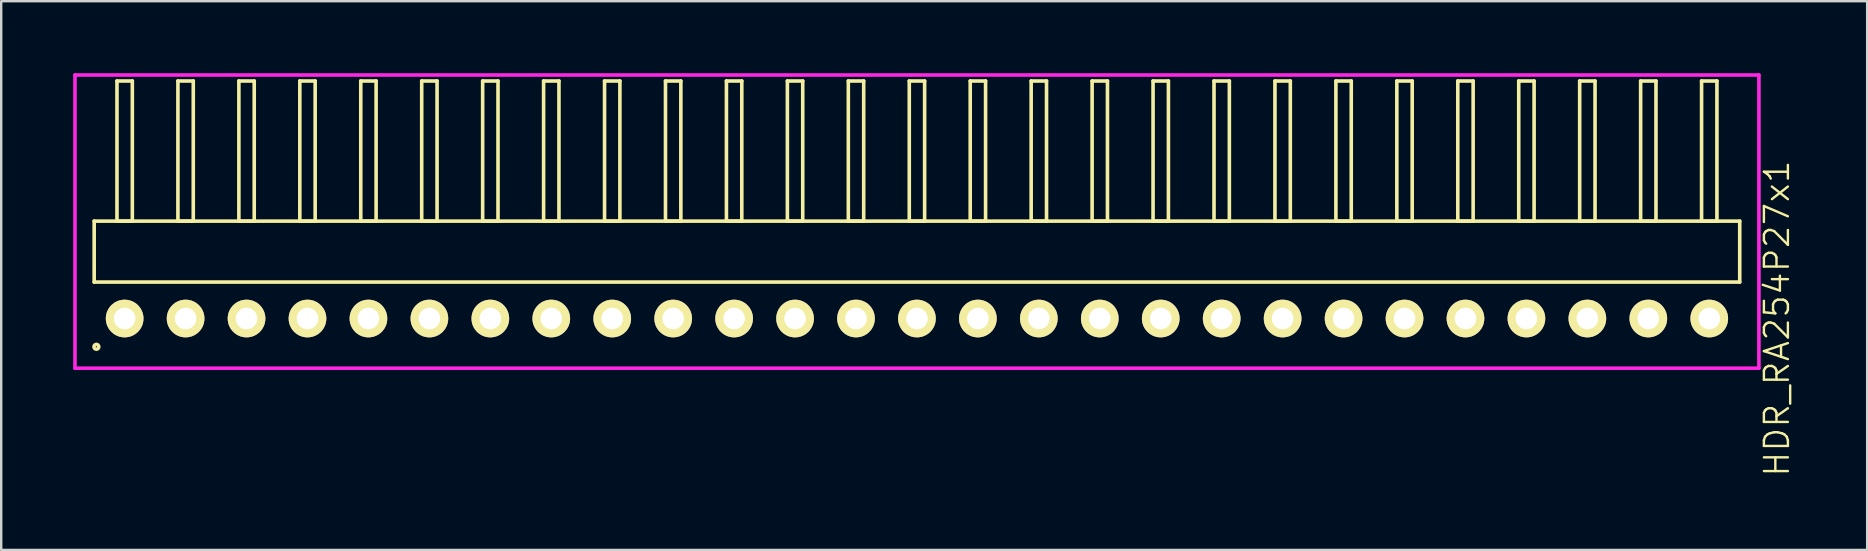
<source format=kicad_pcb>
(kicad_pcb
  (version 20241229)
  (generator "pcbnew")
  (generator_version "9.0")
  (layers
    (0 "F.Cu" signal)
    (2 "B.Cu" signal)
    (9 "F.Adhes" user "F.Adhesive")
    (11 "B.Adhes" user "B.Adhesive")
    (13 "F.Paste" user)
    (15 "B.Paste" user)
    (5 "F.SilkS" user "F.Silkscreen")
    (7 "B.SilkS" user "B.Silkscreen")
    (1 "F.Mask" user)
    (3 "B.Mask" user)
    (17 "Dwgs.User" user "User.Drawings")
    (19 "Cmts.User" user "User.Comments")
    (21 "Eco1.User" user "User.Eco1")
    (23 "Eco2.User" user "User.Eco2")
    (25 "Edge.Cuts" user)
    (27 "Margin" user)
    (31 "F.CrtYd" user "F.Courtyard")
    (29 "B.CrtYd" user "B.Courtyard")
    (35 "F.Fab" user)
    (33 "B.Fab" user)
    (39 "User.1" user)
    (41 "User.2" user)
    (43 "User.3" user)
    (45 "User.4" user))
  (footprint "HDR_RA254P27x1"
    (layer "F.Cu")
    (at 35.165 10.225)
    (property "Reference" "HDR_RA254P27x1" (at 35.84 0 90) (layer "F.SilkS") (effects (font (size 1 1) (thickness 0.1))))
    (attr through_hole)
    (fp_line (start -34.29 -4.06) (end -34.29 -1.52) (stroke (width 0.15) (type solid)) (layer "F.SilkS"))
    (fp_line (start -34.29 -1.52) (end 34.29 -1.52) (stroke (width 0.15) (type solid)) (layer "F.SilkS"))
    (fp_line (start -33.34 -9.9) (end -33.34 -4.06) (stroke (width 0.15) (type solid)) (layer "F.SilkS"))
    (fp_line (start -33.34 -4.06) (end -32.7 -4.06) (stroke (width 0.15) (type solid)) (layer "F.SilkS"))
    (fp_line (start -32.7 -9.9) (end -33.34 -9.9) (stroke (width 0.15) (type solid)) (layer "F.SilkS"))
    (fp_line (start -32.7 -4.06) (end -32.7 -9.9) (stroke (width 0.15) (type solid)) (layer "F.SilkS"))
    (fp_line (start -30.8 -9.9) (end -30.8 -4.06) (stroke (width 0.15) (type solid)) (layer "F.SilkS"))
    (fp_line (start -30.8 -4.06) (end -30.16 -4.06) (stroke (width 0.15) (type solid)) (layer "F.SilkS"))
    (fp_line (start -30.16 -9.9) (end -30.8 -9.9) (stroke (width 0.15) (type solid)) (layer "F.SilkS"))
    (fp_line (start -30.16 -4.06) (end -30.16 -9.9) (stroke (width 0.15) (type solid)) (layer "F.SilkS"))
    (fp_line (start -28.26 -9.9) (end -28.26 -4.06) (stroke (width 0.15) (type solid)) (layer "F.SilkS"))
    (fp_line (start -28.26 -4.06) (end -27.62 -4.06) (stroke (width 0.15) (type solid)) (layer "F.SilkS"))
    (fp_line (start -27.62 -9.9) (end -28.26 -9.9) (stroke (width 0.15) (type solid)) (layer "F.SilkS"))
    (fp_line (start -27.62 -4.06) (end -27.62 -9.9) (stroke (width 0.15) (type solid)) (layer "F.SilkS"))
    (fp_line (start -25.72 -9.9) (end -25.72 -4.06) (stroke (width 0.15) (type solid)) (layer "F.SilkS"))
    (fp_line (start -25.72 -4.06) (end -25.08 -4.06) (stroke (width 0.15) (type solid)) (layer "F.SilkS"))
    (fp_line (start -25.08 -9.9) (end -25.72 -9.9) (stroke (width 0.15) (type solid)) (layer "F.SilkS"))
    (fp_line (start -25.08 -4.06) (end -25.08 -9.9) (stroke (width 0.15) (type solid)) (layer "F.SilkS"))
    (fp_line (start -23.18 -9.9) (end -23.18 -4.06) (stroke (width 0.15) (type solid)) (layer "F.SilkS"))
    (fp_line (start -23.18 -4.06) (end -22.54 -4.06) (stroke (width 0.15) (type solid)) (layer "F.SilkS"))
    (fp_line (start -22.54 -9.9) (end -23.18 -9.9) (stroke (width 0.15) (type solid)) (layer "F.SilkS"))
    (fp_line (start -22.54 -4.06) (end -22.54 -9.9) (stroke (width 0.15) (type solid)) (layer "F.SilkS"))
    (fp_line (start -20.64 -9.9) (end -20.64 -4.06) (stroke (width 0.15) (type solid)) (layer "F.SilkS"))
    (fp_line (start -20.64 -4.06) (end -20 -4.06) (stroke (width 0.15) (type solid)) (layer "F.SilkS"))
    (fp_line (start -20 -9.9) (end -20.64 -9.9) (stroke (width 0.15) (type solid)) (layer "F.SilkS"))
    (fp_line (start -20 -4.06) (end -20 -9.9) (stroke (width 0.15) (type solid)) (layer "F.SilkS"))
    (fp_line (start -18.1 -9.9) (end -18.1 -4.06) (stroke (width 0.15) (type solid)) (layer "F.SilkS"))
    (fp_line (start -18.1 -4.06) (end -17.46 -4.06) (stroke (width 0.15) (type solid)) (layer "F.SilkS"))
    (fp_line (start -17.46 -9.9) (end -18.1 -9.9) (stroke (width 0.15) (type solid)) (layer "F.SilkS"))
    (fp_line (start -17.46 -4.06) (end -17.46 -9.9) (stroke (width 0.15) (type solid)) (layer "F.SilkS"))
    (fp_line (start -15.56 -9.9) (end -15.56 -4.06) (stroke (width 0.15) (type solid)) (layer "F.SilkS"))
    (fp_line (start -15.56 -4.06) (end -14.92 -4.06) (stroke (width 0.15) (type solid)) (layer "F.SilkS"))
    (fp_line (start -14.92 -9.9) (end -15.56 -9.9) (stroke (width 0.15) (type solid)) (layer "F.SilkS"))
    (fp_line (start -14.92 -4.06) (end -14.92 -9.9) (stroke (width 0.15) (type solid)) (layer "F.SilkS"))
    (fp_line (start -13.02 -9.9) (end -13.02 -4.06) (stroke (width 0.15) (type solid)) (layer "F.SilkS"))
    (fp_line (start -13.02 -4.06) (end -12.38 -4.06) (stroke (width 0.15) (type solid)) (layer "F.SilkS"))
    (fp_line (start -12.38 -9.9) (end -13.02 -9.9) (stroke (width 0.15) (type solid)) (layer "F.SilkS"))
    (fp_line (start -12.38 -4.06) (end -12.38 -9.9) (stroke (width 0.15) (type solid)) (layer "F.SilkS"))
    (fp_line (start -10.48 -9.9) (end -10.48 -4.06) (stroke (width 0.15) (type solid)) (layer "F.SilkS"))
    (fp_line (start -10.48 -4.06) (end -9.84 -4.06) (stroke (width 0.15) (type solid)) (layer "F.SilkS"))
    (fp_line (start -9.84 -9.9) (end -10.48 -9.9) (stroke (width 0.15) (type solid)) (layer "F.SilkS"))
    (fp_line (start -9.84 -4.06) (end -9.84 -9.9) (stroke (width 0.15) (type solid)) (layer "F.SilkS"))
    (fp_line (start -7.94 -9.9) (end -7.94 -4.06) (stroke (width 0.15) (type solid)) (layer "F.SilkS"))
    (fp_line (start -7.94 -4.06) (end -7.3 -4.06) (stroke (width 0.15) (type solid)) (layer "F.SilkS"))
    (fp_line (start -7.3 -9.9) (end -7.94 -9.9) (stroke (width 0.15) (type solid)) (layer "F.SilkS"))
    (fp_line (start -7.3 -4.06) (end -7.3 -9.9) (stroke (width 0.15) (type solid)) (layer "F.SilkS"))
    (fp_line (start -5.4 -9.9) (end -5.4 -4.06) (stroke (width 0.15) (type solid)) (layer "F.SilkS"))
    (fp_line (start -5.4 -4.06) (end -4.76 -4.06) (stroke (width 0.15) (type solid)) (layer "F.SilkS"))
    (fp_line (start -4.76 -9.9) (end -5.4 -9.9) (stroke (width 0.15) (type solid)) (layer "F.SilkS"))
    (fp_line (start -4.76 -4.06) (end -4.76 -9.9) (stroke (width 0.15) (type solid)) (layer "F.SilkS"))
    (fp_line (start -2.86 -9.9) (end -2.86 -4.06) (stroke (width 0.15) (type solid)) (layer "F.SilkS"))
    (fp_line (start -2.86 -4.06) (end -2.22 -4.06) (stroke (width 0.15) (type solid)) (layer "F.SilkS"))
    (fp_line (start -2.22 -9.9) (end -2.86 -9.9) (stroke (width 0.15) (type solid)) (layer "F.SilkS"))
    (fp_line (start -2.22 -4.06) (end -2.22 -9.9) (stroke (width 0.15) (type solid)) (layer "F.SilkS"))
    (fp_line (start -0.32 -9.9) (end -0.32 -4.06) (stroke (width 0.15) (type solid)) (layer "F.SilkS"))
    (fp_line (start -0.32 -4.06) (end 0.32 -4.06) (stroke (width 0.15) (type solid)) (layer "F.SilkS"))
    (fp_line (start 0.32 -9.9) (end -0.32 -9.9) (stroke (width 0.15) (type solid)) (layer "F.SilkS"))
    (fp_line (start 0.32 -4.06) (end 0.32 -9.9) (stroke (width 0.15) (type solid)) (layer "F.SilkS"))
    (fp_line (start 2.22 -9.9) (end 2.22 -4.06) (stroke (width 0.15) (type solid)) (layer "F.SilkS"))
    (fp_line (start 2.22 -4.06) (end 2.86 -4.06) (stroke (width 0.15) (type solid)) (layer "F.SilkS"))
    (fp_line (start 2.86 -9.9) (end 2.22 -9.9) (stroke (width 0.15) (type solid)) (layer "F.SilkS"))
    (fp_line (start 2.86 -4.06) (end 2.86 -9.9) (stroke (width 0.15) (type solid)) (layer "F.SilkS"))
    (fp_line (start 4.76 -9.9) (end 4.76 -4.06) (stroke (width 0.15) (type solid)) (layer "F.SilkS"))
    (fp_line (start 4.76 -4.06) (end 5.4 -4.06) (stroke (width 0.15) (type solid)) (layer "F.SilkS"))
    (fp_line (start 5.4 -9.9) (end 4.76 -9.9) (stroke (width 0.15) (type solid)) (layer "F.SilkS"))
    (fp_line (start 5.4 -4.06) (end 5.4 -9.9) (stroke (width 0.15) (type solid)) (layer "F.SilkS"))
    (fp_line (start 7.3 -9.9) (end 7.3 -4.06) (stroke (width 0.15) (type solid)) (layer "F.SilkS"))
    (fp_line (start 7.3 -4.06) (end 7.94 -4.06) (stroke (width 0.15) (type solid)) (layer "F.SilkS"))
    (fp_line (start 7.94 -9.9) (end 7.3 -9.9) (stroke (width 0.15) (type solid)) (layer "F.SilkS"))
    (fp_line (start 7.94 -4.06) (end 7.94 -9.9) (stroke (width 0.15) (type solid)) (layer "F.SilkS"))
    (fp_line (start 9.84 -9.9) (end 9.84 -4.06) (stroke (width 0.15) (type solid)) (layer "F.SilkS"))
    (fp_line (start 9.84 -4.06) (end 10.48 -4.06) (stroke (width 0.15) (type solid)) (layer "F.SilkS"))
    (fp_line (start 10.48 -9.9) (end 9.84 -9.9) (stroke (width 0.15) (type solid)) (layer "F.SilkS"))
    (fp_line (start 10.48 -4.06) (end 10.48 -9.9) (stroke (width 0.15) (type solid)) (layer "F.SilkS"))
    (fp_line (start 12.38 -9.9) (end 12.38 -4.06) (stroke (width 0.15) (type solid)) (layer "F.SilkS"))
    (fp_line (start 12.38 -4.06) (end 13.02 -4.06) (stroke (width 0.15) (type solid)) (layer "F.SilkS"))
    (fp_line (start 13.02 -9.9) (end 12.38 -9.9) (stroke (width 0.15) (type solid)) (layer "F.SilkS"))
    (fp_line (start 13.02 -4.06) (end 13.02 -9.9) (stroke (width 0.15) (type solid)) (layer "F.SilkS"))
    (fp_line (start 14.92 -9.9) (end 14.92 -4.06) (stroke (width 0.15) (type solid)) (layer "F.SilkS"))
    (fp_line (start 14.92 -4.06) (end 15.56 -4.06) (stroke (width 0.15) (type solid)) (layer "F.SilkS"))
    (fp_line (start 15.56 -9.9) (end 14.92 -9.9) (stroke (width 0.15) (type solid)) (layer "F.SilkS"))
    (fp_line (start 15.56 -4.06) (end 15.56 -9.9) (stroke (width 0.15) (type solid)) (layer "F.SilkS"))
    (fp_line (start 17.46 -9.9) (end 17.46 -4.06) (stroke (width 0.15) (type solid)) (layer "F.SilkS"))
    (fp_line (start 17.46 -4.06) (end 18.1 -4.06) (stroke (width 0.15) (type solid)) (layer "F.SilkS"))
    (fp_line (start 18.1 -9.9) (end 17.46 -9.9) (stroke (width 0.15) (type solid)) (layer "F.SilkS"))
    (fp_line (start 18.1 -4.06) (end 18.1 -9.9) (stroke (width 0.15) (type solid)) (layer "F.SilkS"))
    (fp_line (start 20 -9.9) (end 20 -4.06) (stroke (width 0.15) (type solid)) (layer "F.SilkS"))
    (fp_line (start 20 -4.06) (end 20.64 -4.06) (stroke (width 0.15) (type solid)) (layer "F.SilkS"))
    (fp_line (start 20.64 -9.9) (end 20 -9.9) (stroke (width 0.15) (type solid)) (layer "F.SilkS"))
    (fp_line (start 20.64 -4.06) (end 20.64 -9.9) (stroke (width 0.15) (type solid)) (layer "F.SilkS"))
    (fp_line (start 22.54 -9.9) (end 22.54 -4.06) (stroke (width 0.15) (type solid)) (layer "F.SilkS"))
    (fp_line (start 22.54 -4.06) (end 23.18 -4.06) (stroke (width 0.15) (type solid)) (layer "F.SilkS"))
    (fp_line (start 23.18 -9.9) (end 22.54 -9.9) (stroke (width 0.15) (type solid)) (layer "F.SilkS"))
    (fp_line (start 23.18 -4.06) (end 23.18 -9.9) (stroke (width 0.15) (type solid)) (layer "F.SilkS"))
    (fp_line (start 25.08 -9.9) (end 25.08 -4.06) (stroke (width 0.15) (type solid)) (layer "F.SilkS"))
    (fp_line (start 25.08 -4.06) (end 25.72 -4.06) (stroke (width 0.15) (type solid)) (layer "F.SilkS"))
    (fp_line (start 25.72 -9.9) (end 25.08 -9.9) (stroke (width 0.15) (type solid)) (layer "F.SilkS"))
    (fp_line (start 25.72 -4.06) (end 25.72 -9.9) (stroke (width 0.15) (type solid)) (layer "F.SilkS"))
    (fp_line (start 27.62 -9.9) (end 27.62 -4.06) (stroke (width 0.15) (type solid)) (layer "F.SilkS"))
    (fp_line (start 27.62 -4.06) (end 28.26 -4.06) (stroke (width 0.15) (type solid)) (layer "F.SilkS"))
    (fp_line (start 28.26 -9.9) (end 27.62 -9.9) (stroke (width 0.15) (type solid)) (layer "F.SilkS"))
    (fp_line (start 28.26 -4.06) (end 28.26 -9.9) (stroke (width 0.15) (type solid)) (layer "F.SilkS"))
    (fp_line (start 30.16 -9.9) (end 30.16 -4.06) (stroke (width 0.15) (type solid)) (layer "F.SilkS"))
    (fp_line (start 30.16 -4.06) (end 30.8 -4.06) (stroke (width 0.15) (type solid)) (layer "F.SilkS"))
    (fp_line (start 30.8 -9.9) (end 30.16 -9.9) (stroke (width 0.15) (type solid)) (layer "F.SilkS"))
    (fp_line (start 30.8 -4.06) (end 30.8 -9.9) (stroke (width 0.15) (type solid)) (layer "F.SilkS"))
    (fp_line (start 32.7 -9.9) (end 32.7 -4.06) (stroke (width 0.15) (type solid)) (layer "F.SilkS"))
    (fp_line (start 32.7 -4.06) (end 33.34 -4.06) (stroke (width 0.15) (type solid)) (layer "F.SilkS"))
    (fp_line (start 33.34 -9.9) (end 32.7 -9.9) (stroke (width 0.15) (type solid)) (layer "F.SilkS"))
    (fp_line (start 33.34 -4.06) (end 33.34 -9.9) (stroke (width 0.15) (type solid)) (layer "F.SilkS"))
    (fp_line (start 34.29 -4.06) (end -34.29 -4.06) (stroke (width 0.15) (type solid)) (layer "F.SilkS"))
    (fp_line (start 34.29 -1.52) (end 34.29 -4.06) (stroke (width 0.15) (type solid)) (layer "F.SilkS"))
    (fp_circle (center -34.198 1.178) (end -34.098 1.178) (stroke (width 0.15) (type solid)) (fill no) (layer "F.SilkS"))
    (fp_line (start -35.09 -10.15) (end -35.09 2.07) (stroke (width 0.15) (type solid)) (layer "F.CrtYd"))
    (fp_line (start -35.09 2.07) (end 35.09 2.07) (stroke (width 0.15) (type solid)) (layer "F.CrtYd"))
    (fp_line (start 35.09 -10.15) (end -35.09 -10.15) (stroke (width 0.15) (type solid)) (layer "F.CrtYd"))
    (fp_line (start 35.09 2.07) (end 35.09 -10.15) (stroke (width 0.15) (type solid)) (layer "F.CrtYd"))
    (pad "1" thru_hole oval (at -33.02 0) (size 1.57 1.57) (drill 0.9) (layers "*.Cu" "*.Mask" "F.SilkS"))
    (pad "2" thru_hole oval (at -30.48 0) (size 1.57 1.57) (drill 0.9) (layers "*.Cu" "*.Mask" "F.SilkS"))
    (pad "3" thru_hole oval (at -27.94 0) (size 1.57 1.57) (drill 0.9) (layers "*.Cu" "*.Mask" "F.SilkS"))
    (pad "4" thru_hole oval (at -25.4 0) (size 1.57 1.57) (drill 0.9) (layers "*.Cu" "*.Mask" "F.SilkS"))
    (pad "5" thru_hole oval (at -22.86 0) (size 1.57 1.57) (drill 0.9) (layers "*.Cu" "*.Mask" "F.SilkS"))
    (pad "6" thru_hole oval (at -20.32 0) (size 1.57 1.57) (drill 0.9) (layers "*.Cu" "*.Mask" "F.SilkS"))
    (pad "7" thru_hole oval (at -17.78 0) (size 1.57 1.57) (drill 0.9) (layers "*.Cu" "*.Mask" "F.SilkS"))
    (pad "8" thru_hole oval (at -15.24 0) (size 1.57 1.57) (drill 0.9) (layers "*.Cu" "*.Mask" "F.SilkS"))
    (pad "9" thru_hole oval (at -12.7 0) (size 1.57 1.57) (drill 0.9) (layers "*.Cu" "*.Mask" "F.SilkS"))
    (pad "10" thru_hole oval (at -10.16 0) (size 1.57 1.57) (drill 0.9) (layers "*.Cu" "*.Mask" "F.SilkS"))
    (pad "11" thru_hole oval (at -7.62 0) (size 1.57 1.57) (drill 0.9) (layers "*.Cu" "*.Mask" "F.SilkS"))
    (pad "12" thru_hole oval (at -5.08 0) (size 1.57 1.57) (drill 0.9) (layers "*.Cu" "*.Mask" "F.SilkS"))
    (pad "13" thru_hole oval (at -2.54 0) (size 1.57 1.57) (drill 0.9) (layers "*.Cu" "*.Mask" "F.SilkS"))
    (pad "14" thru_hole oval (at 0 0) (size 1.57 1.57) (drill 0.9) (layers "*.Cu" "*.Mask" "F.SilkS"))
    (pad "15" thru_hole oval (at 2.54 0) (size 1.57 1.57) (drill 0.9) (layers "*.Cu" "*.Mask" "F.SilkS"))
    (pad "16" thru_hole oval (at 5.08 0) (size 1.57 1.57) (drill 0.9) (layers "*.Cu" "*.Mask" "F.SilkS"))
    (pad "17" thru_hole oval (at 7.62 0) (size 1.57 1.57) (drill 0.9) (layers "*.Cu" "*.Mask" "F.SilkS"))
    (pad "18" thru_hole oval (at 10.16 0) (size 1.57 1.57) (drill 0.9) (layers "*.Cu" "*.Mask" "F.SilkS"))
    (pad "19" thru_hole oval (at 12.7 0) (size 1.57 1.57) (drill 0.9) (layers "*.Cu" "*.Mask" "F.SilkS"))
    (pad "20" thru_hole oval (at 15.24 0) (size 1.57 1.57) (drill 0.9) (layers "*.Cu" "*.Mask" "F.SilkS"))
    (pad "21" thru_hole oval (at 17.78 0) (size 1.57 1.57) (drill 0.9) (layers "*.Cu" "*.Mask" "F.SilkS"))
    (pad "22" thru_hole oval (at 20.32 0) (size 1.57 1.57) (drill 0.9) (layers "*.Cu" "*.Mask" "F.SilkS"))
    (pad "23" thru_hole oval (at 22.86 0) (size 1.57 1.57) (drill 0.9) (layers "*.Cu" "*.Mask" "F.SilkS"))
    (pad "24" thru_hole oval (at 25.4 0) (size 1.57 1.57) (drill 0.9) (layers "*.Cu" "*.Mask" "F.SilkS"))
    (pad "25" thru_hole oval (at 27.94 0) (size 1.57 1.57) (drill 0.9) (layers "*.Cu" "*.Mask" "F.SilkS"))
    (pad "26" thru_hole oval (at 30.48 0) (size 1.57 1.57) (drill 0.9) (layers "*.Cu" "*.Mask" "F.SilkS"))
    (pad "27" thru_hole oval (at 33.02 0) (size 1.57 1.57) (drill 0.9) (layers "*.Cu" "*.Mask" "F.SilkS")))
  (gr_rect
    (start -3 -3)
    (end 74.766 19.87)
    (stroke (width 0.1) (type default))
    (fill no)
    (layer "Edge.Cuts")))
</source>
